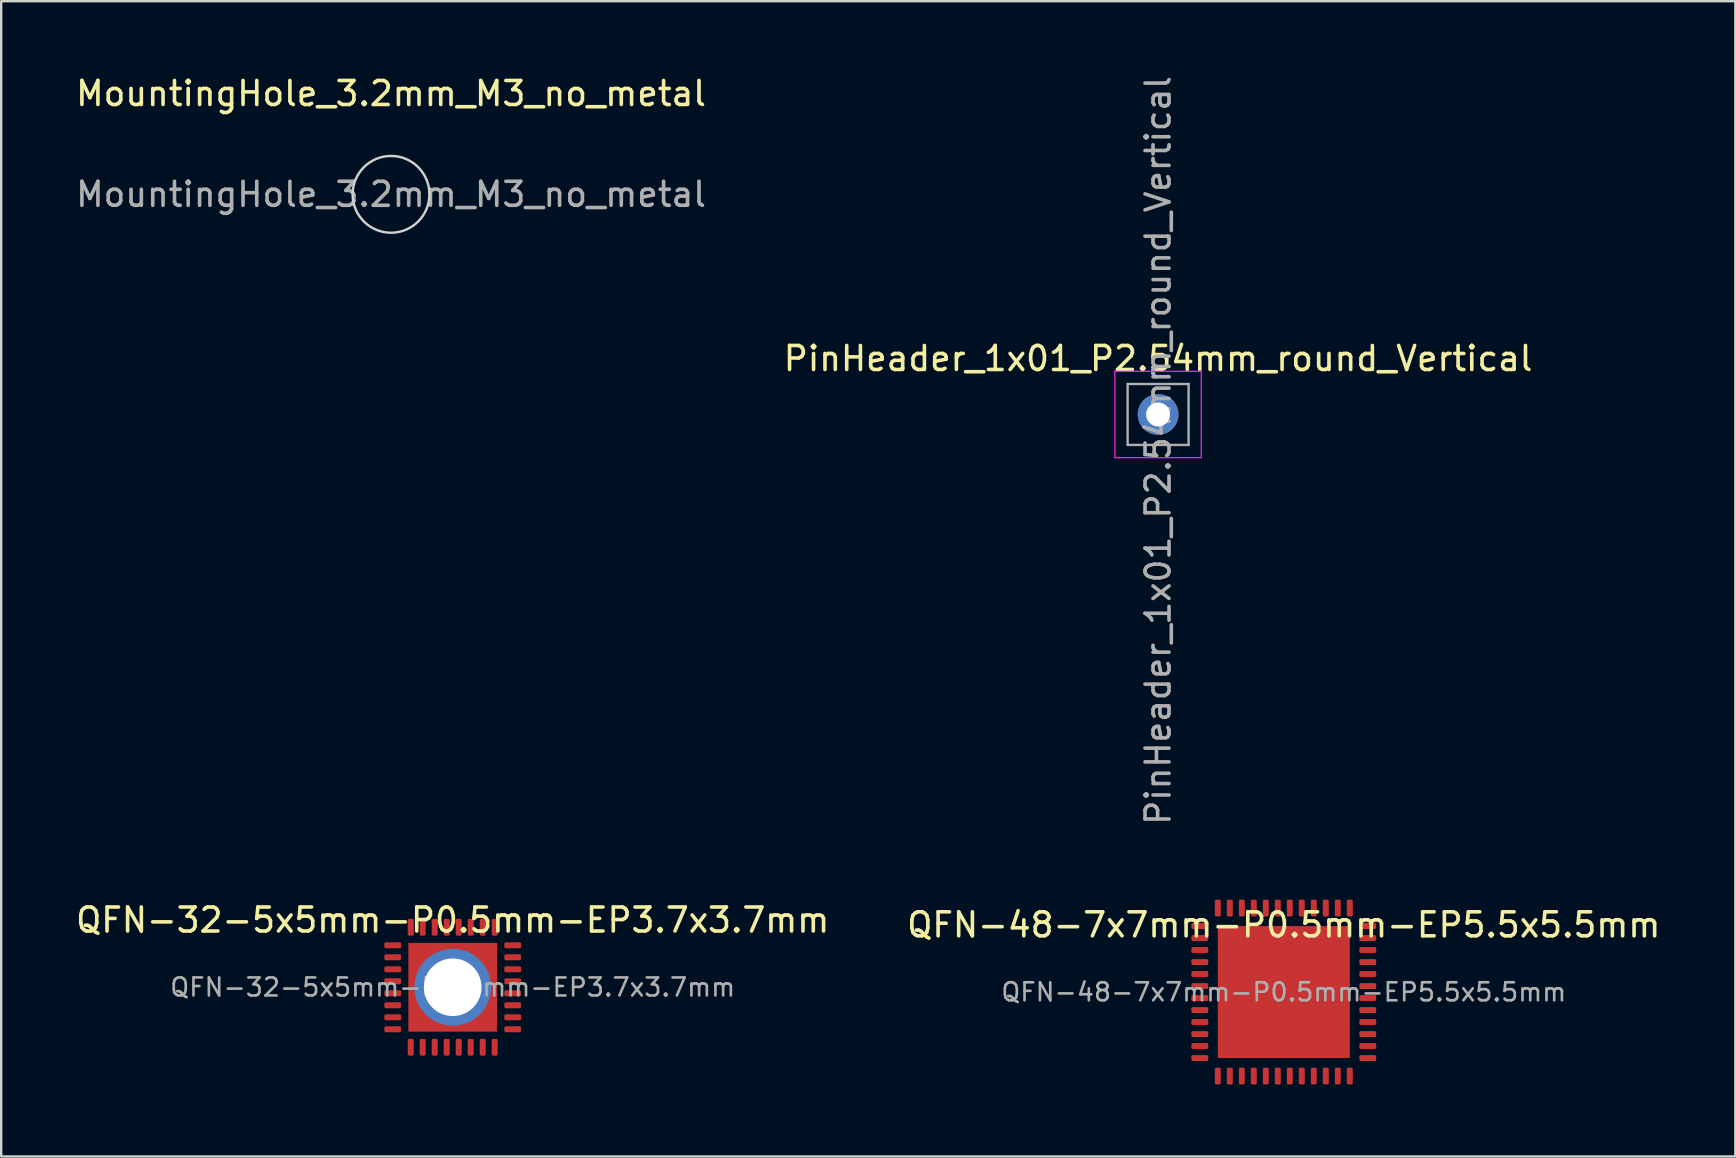
<source format=kicad_pcb>
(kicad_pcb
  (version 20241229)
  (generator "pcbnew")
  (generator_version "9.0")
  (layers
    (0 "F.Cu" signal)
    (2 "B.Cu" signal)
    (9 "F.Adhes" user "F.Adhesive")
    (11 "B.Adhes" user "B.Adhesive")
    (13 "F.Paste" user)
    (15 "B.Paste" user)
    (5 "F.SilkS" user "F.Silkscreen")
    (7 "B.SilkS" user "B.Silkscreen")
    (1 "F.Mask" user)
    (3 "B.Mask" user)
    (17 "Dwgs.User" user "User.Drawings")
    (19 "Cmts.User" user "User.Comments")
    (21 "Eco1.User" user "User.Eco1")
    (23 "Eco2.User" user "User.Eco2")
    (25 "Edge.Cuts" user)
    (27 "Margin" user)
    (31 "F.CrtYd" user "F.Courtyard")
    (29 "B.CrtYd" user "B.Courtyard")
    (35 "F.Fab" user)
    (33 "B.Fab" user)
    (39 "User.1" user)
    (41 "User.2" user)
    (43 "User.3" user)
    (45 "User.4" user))
  (footprint "PinHeader_1x01_P2.54mm_round_Vertical"
    (layer "F.Cu")
    (at 45.208 14.22)
    (property "Reference" "PinHeader_1x01_P2.54mm_round_Vertical" (at 0 -2.33 0) (layer "F.SilkS") (effects (font (size 1 1) (thickness 0.15))))
    (attr through_hole)
    (fp_line (start -1.8 -1.8) (end -1.8 1.8) (stroke (width 0.05) (type solid)) (layer "F.CrtYd"))
    (fp_line (start -1.8 1.8) (end 1.8 1.8) (stroke (width 0.05) (type solid)) (layer "F.CrtYd"))
    (fp_line (start 1.8 -1.8) (end -1.8 -1.8) (stroke (width 0.05) (type solid)) (layer "F.CrtYd"))
    (fp_line (start 1.8 1.8) (end 1.8 -1.8) (stroke (width 0.05) (type solid)) (layer "F.CrtYd"))
    (fp_line (start -1.27 -1.27) (end 1.27 -1.27) (stroke (width 0.1) (type solid)) (layer "F.Fab"))
    (fp_line (start -1.27 1.27) (end -1.27 -1.27) (stroke (width 0.1) (type solid)) (layer "F.Fab"))
    (fp_line (start 1.27 -1.27) (end 1.27 1.27) (stroke (width 0.1) (type solid)) (layer "F.Fab"))
    (fp_line (start 1.27 1.27) (end -1.27 1.27) (stroke (width 0.1) (type solid)) (layer "F.Fab"))
    (fp_text user "${REFERENCE}" (at 0 1.5 90) (layer "F.Fab") (effects (font (size 1 1) (thickness 0.15))))
    (pad "1" thru_hole oval (at 0 0) (size 1.7 1.7) (drill 1) (layers "*.Cu" "*.Mask")))
  (footprint "QFN-48-7x7mm-P0.5mm-EP5.5x5.5mm"
    (layer "F.Cu")
    (at 50.446 38.29)
    (property "Reference" "QFN-48-7x7mm-P0.5mm-EP5.5x5.5mm" (at 0 -2.8 0) (layer "F.SilkS") (effects (font (size 1 1) (thickness 0.15))))
    (attr smd)
    (fp_text user "${REFERENCE}" (at 0 0 0) (layer "F.Fab") (effects (font (size 0.75 0.75) (thickness 0.11))))
    (pad "1" smd roundrect (at -3.5 -2.75) (size 0.7 0.25) (layers "F.Cu" "F.Mask" "F.Paste") (roundrect_rratio 0.25))
    (pad "2" smd roundrect (at -3.5 -2.25) (size 0.7 0.25) (layers "F.Cu" "F.Mask" "F.Paste") (roundrect_rratio 0.25))
    (pad "3" smd roundrect (at -3.5 -1.75) (size 0.7 0.25) (layers "F.Cu" "F.Mask" "F.Paste") (roundrect_rratio 0.25))
    (pad "4" smd roundrect (at -3.5 -1.25) (size 0.7 0.25) (layers "F.Cu" "F.Mask" "F.Paste") (roundrect_rratio 0.25))
    (pad "5" smd roundrect (at -3.5 -0.75) (size 0.7 0.25) (layers "F.Cu" "F.Mask" "F.Paste") (roundrect_rratio 0.25))
    (pad "6" smd roundrect (at -3.5 -0.25) (size 0.7 0.25) (layers "F.Cu" "F.Mask" "F.Paste") (roundrect_rratio 0.25))
    (pad "7" smd roundrect (at -3.5 0.25) (size 0.7 0.25) (layers "F.Cu" "F.Mask" "F.Paste") (roundrect_rratio 0.25))
    (pad "8" smd roundrect (at -3.5 0.75) (size 0.7 0.25) (layers "F.Cu" "F.Mask" "F.Paste") (roundrect_rratio 0.25))
    (pad "9" smd roundrect (at -3.5 1.25) (size 0.7 0.25) (layers "F.Cu" "F.Mask" "F.Paste") (roundrect_rratio 0.25))
    (pad "10" smd roundrect (at -3.5 1.75) (size 0.7 0.25) (layers "F.Cu" "F.Mask" "F.Paste") (roundrect_rratio 0.25))
    (pad "11" smd roundrect (at -3.5 2.25) (size 0.7 0.25) (layers "F.Cu" "F.Mask" "F.Paste") (roundrect_rratio 0.25))
    (pad "12" smd roundrect (at -3.5 2.75) (size 0.7 0.25) (layers "F.Cu" "F.Mask" "F.Paste") (roundrect_rratio 0.25))
    (pad "13" smd roundrect (at -2.75 3.5) (size 0.25 0.7) (layers "F.Cu" "F.Mask" "F.Paste") (roundrect_rratio 0.25))
    (pad "14" smd roundrect (at -2.25 3.5) (size 0.25 0.7) (layers "F.Cu" "F.Mask" "F.Paste") (roundrect_rratio 0.25))
    (pad "15" smd roundrect (at -1.75 3.5) (size 0.25 0.7) (layers "F.Cu" "F.Mask" "F.Paste") (roundrect_rratio 0.25))
    (pad "16" smd roundrect (at -1.25 3.5) (size 0.25 0.7) (layers "F.Cu" "F.Mask" "F.Paste") (roundrect_rratio 0.25))
    (pad "17" smd roundrect (at -0.75 3.5) (size 0.25 0.7) (layers "F.Cu" "F.Mask" "F.Paste") (roundrect_rratio 0.25))
    (pad "18" smd roundrect (at -0.25 3.5) (size 0.25 0.7) (layers "F.Cu" "F.Mask" "F.Paste") (roundrect_rratio 0.25))
    (pad "19" smd roundrect (at 0.25 3.5) (size 0.25 0.7) (layers "F.Cu" "F.Mask" "F.Paste") (roundrect_rratio 0.25))
    (pad "20" smd roundrect (at 0.75 3.5) (size 0.25 0.7) (layers "F.Cu" "F.Mask" "F.Paste") (roundrect_rratio 0.25))
    (pad "21" smd roundrect (at 1.25 3.5) (size 0.25 0.7) (layers "F.Cu" "F.Mask" "F.Paste") (roundrect_rratio 0.25))
    (pad "22" smd roundrect (at 1.75 3.5) (size 0.25 0.7) (layers "F.Cu" "F.Mask" "F.Paste") (roundrect_rratio 0.25))
    (pad "23" smd roundrect (at 2.25 3.5) (size 0.25 0.7) (layers "F.Cu" "F.Mask" "F.Paste") (roundrect_rratio 0.25))
    (pad "24" smd roundrect (at 2.75 3.5) (size 0.25 0.7) (layers "F.Cu" "F.Mask" "F.Paste") (roundrect_rratio 0.25))
    (pad "25" smd roundrect (at 3.5 2.75) (size 0.7 0.25) (layers "F.Cu" "F.Mask" "F.Paste") (roundrect_rratio 0.25))
    (pad "26" smd roundrect (at 3.5 2.25) (size 0.7 0.25) (layers "F.Cu" "F.Mask" "F.Paste") (roundrect_rratio 0.25))
    (pad "27" smd roundrect (at 3.5 1.75) (size 0.7 0.25) (layers "F.Cu" "F.Mask" "F.Paste") (roundrect_rratio 0.25))
    (pad "28" smd roundrect (at 3.5 1.25) (size 0.7 0.25) (layers "F.Cu" "F.Mask" "F.Paste") (roundrect_rratio 0.25))
    (pad "29" smd roundrect (at 3.5 0.75) (size 0.7 0.25) (layers "F.Cu" "F.Mask" "F.Paste") (roundrect_rratio 0.25))
    (pad "30" smd roundrect (at 3.5 0.25) (size 0.7 0.25) (layers "F.Cu" "F.Mask" "F.Paste") (roundrect_rratio 0.25))
    (pad "31" smd roundrect (at 3.5 -0.25) (size 0.7 0.25) (layers "F.Cu" "F.Mask" "F.Paste") (roundrect_rratio 0.25))
    (pad "32" smd roundrect (at 3.5 -0.75) (size 0.7 0.25) (layers "F.Cu" "F.Mask" "F.Paste") (roundrect_rratio 0.25))
    (pad "33" smd roundrect (at 3.5 -1.25) (size 0.7 0.25) (layers "F.Cu" "F.Mask" "F.Paste") (roundrect_rratio 0.25))
    (pad "34" smd roundrect (at 3.5 -1.75) (size 0.7 0.25) (layers "F.Cu" "F.Mask" "F.Paste") (roundrect_rratio 0.25))
    (pad "35" smd roundrect (at 3.5 -2.25) (size 0.7 0.25) (layers "F.Cu" "F.Mask" "F.Paste") (roundrect_rratio 0.25))
    (pad "36" smd roundrect (at 3.5 -2.75) (size 0.7 0.25) (layers "F.Cu" "F.Mask" "F.Paste") (roundrect_rratio 0.25))
    (pad "37" smd roundrect (at 2.75 -3.5) (size 0.25 0.7) (layers "F.Cu" "F.Mask" "F.Paste") (roundrect_rratio 0.25))
    (pad "38" smd roundrect (at 2.25 -3.5) (size 0.25 0.7) (layers "F.Cu" "F.Mask" "F.Paste") (roundrect_rratio 0.25))
    (pad "39" smd roundrect (at 1.75 -3.5) (size 0.25 0.7) (layers "F.Cu" "F.Mask" "F.Paste") (roundrect_rratio 0.25))
    (pad "40" smd roundrect (at 1.25 -3.5) (size 0.25 0.7) (layers "F.Cu" "F.Mask" "F.Paste") (roundrect_rratio 0.25))
    (pad "41" smd roundrect (at 0.75 -3.5) (size 0.25 0.7) (layers "F.Cu" "F.Mask" "F.Paste") (roundrect_rratio 0.25))
    (pad "42" smd roundrect (at 0.25 -3.5) (size 0.25 0.7) (layers "F.Cu" "F.Mask" "F.Paste") (roundrect_rratio 0.25))
    (pad "43" smd roundrect (at -0.25 -3.5) (size 0.25 0.7) (layers "F.Cu" "F.Mask" "F.Paste") (roundrect_rratio 0.25))
    (pad "44" smd roundrect (at -0.75 -3.5) (size 0.25 0.7) (layers "F.Cu" "F.Mask" "F.Paste") (roundrect_rratio 0.25))
    (pad "45" smd roundrect (at -1.25 -3.5) (size 0.25 0.7) (layers "F.Cu" "F.Mask" "F.Paste") (roundrect_rratio 0.25))
    (pad "46" smd roundrect (at -1.75 -3.5) (size 0.25 0.7) (layers "F.Cu" "F.Mask" "F.Paste") (roundrect_rratio 0.25))
    (pad "47" smd roundrect (at -2.25 -3.5) (size 0.25 0.7) (layers "F.Cu" "F.Mask" "F.Paste") (roundrect_rratio 0.25))
    (pad "48" smd roundrect (at -2.75 -3.5) (size 0.25 0.7) (layers "F.Cu" "F.Mask" "F.Paste") (roundrect_rratio 0.25))
    (pad "49" smd rect (at 0 0) (size 5.5 5.5) (layers "F.Cu" "F.Mask")))
  (footprint "MountingHole_3.2mm_M3_no_metal"
    (layer "F.Cu")
    (at 13.244 5.048)
    (property "Reference" "MountingHole_3.2mm_M3_no_metal" (at 0 -4.2 0) (layer "F.SilkS") (effects (font (size 1 1) (thickness 0.15))))
    (attr exclude_from_pos_files exclude_from_bom)
    (fp_circle (center 0 0) (end 1.6 0) (stroke (width 0.1) (type solid)) (fill no) (layer "Edge.Cuts"))
    (fp_text user "${REFERENCE}" (at 0 0 0) (layer "F.Fab") (effects (font (size 1 1) (thickness 0.15)))))
  (footprint "QFN-32-5x5mm-P0.5mm-EP3.7x3.7mm"
    (layer "F.Cu")
    (at 15.815 38.089)
    (property "Reference" "QFN-32-5x5mm-P0.5mm-EP3.7x3.7mm" (at 0 -2.8 0) (layer "F.SilkS") (effects (font (size 1 1) (thickness 0.15))))
    (attr smd)
    (fp_text user "${REFERENCE}" (at 0 0 0) (layer "F.Fab") (effects (font (size 0.75 0.75) (thickness 0.11))))
    (pad "1" smd roundrect (at -2.5 -1.75) (size 0.7 0.25) (layers "F.Cu" "F.Mask" "F.Paste") (roundrect_rratio 0.25))
    (pad "2" smd roundrect (at -2.5 -1.25) (size 0.7 0.25) (layers "F.Cu" "F.Mask" "F.Paste") (roundrect_rratio 0.25))
    (pad "3" smd roundrect (at -2.5 -0.75) (size 0.7 0.25) (layers "F.Cu" "F.Mask" "F.Paste") (roundrect_rratio 0.25))
    (pad "4" smd roundrect (at -2.5 -0.25) (size 0.7 0.25) (layers "F.Cu" "F.Mask" "F.Paste") (roundrect_rratio 0.25))
    (pad "5" smd roundrect (at -2.5 0.25) (size 0.7 0.25) (layers "F.Cu" "F.Mask" "F.Paste") (roundrect_rratio 0.25))
    (pad "6" smd roundrect (at -2.5 0.75) (size 0.7 0.25) (layers "F.Cu" "F.Mask" "F.Paste") (roundrect_rratio 0.25))
    (pad "7" smd roundrect (at -2.5 1.25) (size 0.7 0.25) (layers "F.Cu" "F.Mask" "F.Paste") (roundrect_rratio 0.25))
    (pad "8" smd roundrect (at -2.5 1.75) (size 0.7 0.25) (layers "F.Cu" "F.Mask" "F.Paste") (roundrect_rratio 0.25))
    (pad "9" smd roundrect (at -1.75 2.5) (size 0.25 0.7) (layers "F.Cu" "F.Mask" "F.Paste") (roundrect_rratio 0.25))
    (pad "10" smd roundrect (at -1.25 2.5) (size 0.25 0.7) (layers "F.Cu" "F.Mask" "F.Paste") (roundrect_rratio 0.25))
    (pad "11" smd roundrect (at -0.75 2.5) (size 0.25 0.7) (layers "F.Cu" "F.Mask" "F.Paste") (roundrect_rratio 0.25))
    (pad "12" smd roundrect (at -0.25 2.5) (size 0.25 0.7) (layers "F.Cu" "F.Mask" "F.Paste") (roundrect_rratio 0.25))
    (pad "13" smd roundrect (at 0.25 2.5) (size 0.25 0.7) (layers "F.Cu" "F.Mask" "F.Paste") (roundrect_rratio 0.25))
    (pad "14" smd roundrect (at 0.75 2.5) (size 0.25 0.7) (layers "F.Cu" "F.Mask" "F.Paste") (roundrect_rratio 0.25))
    (pad "15" smd roundrect (at 1.25 2.5) (size 0.25 0.7) (layers "F.Cu" "F.Mask" "F.Paste") (roundrect_rratio 0.25))
    (pad "16" smd roundrect (at 1.75 2.5) (size 0.25 0.7) (layers "F.Cu" "F.Mask" "F.Paste") (roundrect_rratio 0.25))
    (pad "17" smd roundrect (at 2.5 1.75) (size 0.7 0.25) (layers "F.Cu" "F.Mask" "F.Paste") (roundrect_rratio 0.25))
    (pad "18" smd roundrect (at 2.5 1.25) (size 0.7 0.25) (layers "F.Cu" "F.Mask" "F.Paste") (roundrect_rratio 0.25))
    (pad "19" smd roundrect (at 2.5 0.75) (size 0.7 0.25) (layers "F.Cu" "F.Mask" "F.Paste") (roundrect_rratio 0.25))
    (pad "20" smd roundrect (at 2.5 0.25) (size 0.7 0.25) (layers "F.Cu" "F.Mask" "F.Paste") (roundrect_rratio 0.25))
    (pad "21" smd roundrect (at 2.5 -0.25) (size 0.7 0.25) (layers "F.Cu" "F.Mask" "F.Paste") (roundrect_rratio 0.25))
    (pad "22" smd roundrect (at 2.5 -0.75) (size 0.7 0.25) (layers "F.Cu" "F.Mask" "F.Paste") (roundrect_rratio 0.25))
    (pad "23" smd roundrect (at 2.5 -1.25) (size 0.7 0.25) (layers "F.Cu" "F.Mask" "F.Paste") (roundrect_rratio 0.25))
    (pad "24" smd roundrect (at 2.5 -1.75) (size 0.7 0.25) (layers "F.Cu" "F.Mask" "F.Paste") (roundrect_rratio 0.25))
    (pad "25" smd roundrect (at 1.75 -2.5) (size 0.25 0.7) (layers "F.Cu" "F.Mask" "F.Paste") (roundrect_rratio 0.25))
    (pad "26" smd roundrect (at 1.25 -2.5) (size 0.25 0.7) (layers "F.Cu" "F.Mask" "F.Paste") (roundrect_rratio 0.25))
    (pad "27" smd roundrect (at 0.75 -2.5) (size 0.25 0.7) (layers "F.Cu" "F.Mask" "F.Paste") (roundrect_rratio 0.25))
    (pad "28" smd roundrect (at 0.25 -2.5) (size 0.25 0.7) (layers "F.Cu" "F.Mask" "F.Paste") (roundrect_rratio 0.25))
    (pad "29" smd roundrect (at -0.25 -2.5) (size 0.25 0.7) (layers "F.Cu" "F.Mask" "F.Paste") (roundrect_rratio 0.25))
    (pad "30" smd roundrect (at -0.75 -2.5) (size 0.25 0.7) (layers "F.Cu" "F.Mask" "F.Paste") (roundrect_rratio 0.25))
    (pad "31" smd roundrect (at -1.25 -2.5) (size 0.25 0.7) (layers "F.Cu" "F.Mask" "F.Paste") (roundrect_rratio 0.25))
    (pad "32" smd roundrect (at -1.75 -2.5) (size 0.25 0.7) (layers "F.Cu" "F.Mask" "F.Paste") (roundrect_rratio 0.25))
    (pad "33" thru_hole oval (at 0 0) (size 3.2 3.2) (drill 2.4) (layers "*.Cu" "*.Mask"))
    (pad "33" smd rect (at 0 0) (size 3.7 3.7) (layers "F.Cu" "F.Mask")))
  (gr_rect
    (start -3 -3)
    (end 69.262 45.14)
    (stroke (width 0.1) (type default))
    (fill no)
    (layer "Edge.Cuts")))
</source>
